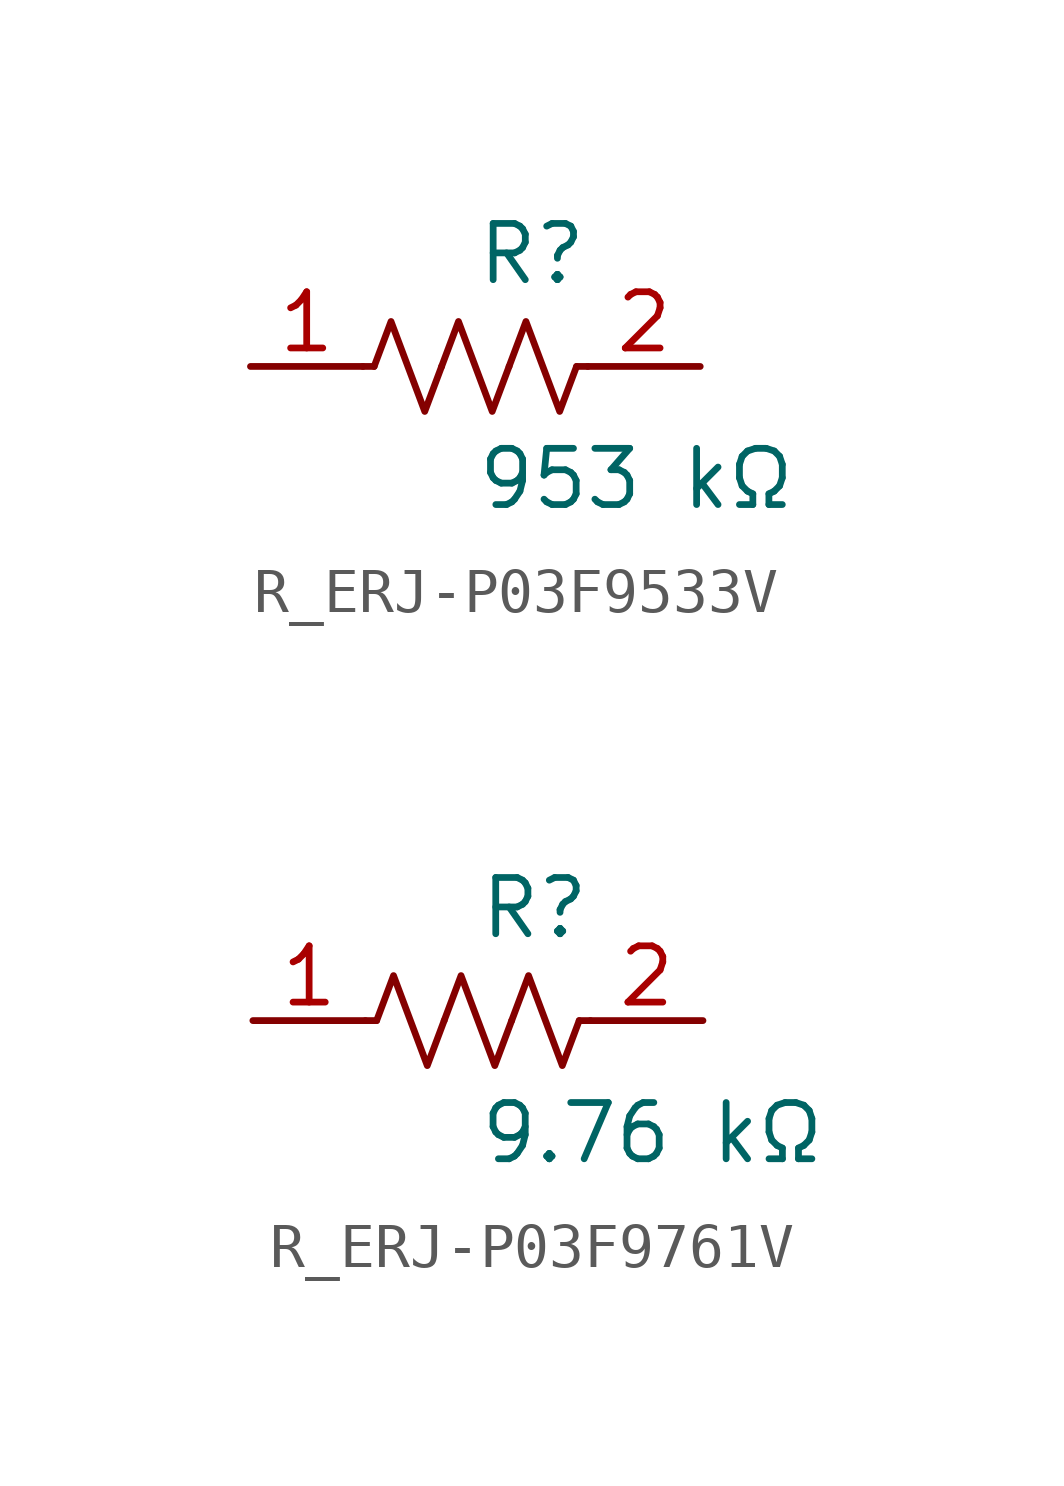
<source format=kicad_sym>
(kicad_symbol_lib
  (version 20231120)
  (generator kicad_symbol_editor)
  (generator_version 8.0)
  (symbol "R_ERJ-P03F9533V"
    (pin_names
      (offset 0.254))
    (property "Reference" "R"
      (at 0.0 2.54 0)
      (effects (font (size 1.27 1.27)) (justify left)))
    (property "Value" "953 kΩ"
      (at 0.0 -2.54 0)
      (effects (font (size 1.27 1.27)) (justify left)))
    (symbol "R_ERJ-P03F9533V_0_1"
      (polyline (pts (xy 2.286 0) (xy 2.54 0)) (stroke (width 0) (type default)) (fill (type none)))
      (polyline (pts (xy -2.286 0) (xy -2.54 0)) (stroke (width 0) (type default)) (fill (type none)))
      (polyline (pts (xy 0.762 0) (xy 1.143 1.016) (xy 1.524 0) (xy 1.905 -1.016) (xy 2.286 0)) (stroke (width 0) (type default)) (fill (type none)))
      (polyline (pts (xy -0.762 0) (xy -0.381 1.016) (xy 0 0) (xy 0.381 -1.016) (xy 0.762 0)) (stroke (width 0) (type default)) (fill (type none)))
      (polyline (pts (xy -2.286 0) (xy -1.905 1.016) (xy -1.524 0) (xy -1.143 -1.016) (xy -0.762 0)) (stroke (width 0) (type default)) (fill (type none))))
    (pin unspecified line
      (at -5.08 0 0)
      (length 2.54)
      (name "" (effects (font (size 1.27 1.27))))
      (number "1" (effects (font (size 1.27 1.27)))))
    (pin unspecified line
      (at 5.08 0 180)
      (length 2.54)
      (name "" (effects (font (size 1.27 1.27))))
      (number "2" (effects (font (size 1.27 1.27))))))
  (symbol "R_ERJ-P03F9761V"
    (pin_names
      (offset 0.254))
    (property "Reference" "R"
      (at 0.0 2.54 0)
      (effects (font (size 1.27 1.27)) (justify left)))
    (property "Value" "9.76 kΩ"
      (at 0.0 -2.54 0)
      (effects (font (size 1.27 1.27)) (justify left)))
    (symbol "R_ERJ-P03F9761V_0_1"
      (polyline (pts (xy 2.286 0) (xy 2.54 0)) (stroke (width 0) (type default)) (fill (type none)))
      (polyline (pts (xy -2.286 0) (xy -2.54 0)) (stroke (width 0) (type default)) (fill (type none)))
      (polyline (pts (xy 0.762 0) (xy 1.143 1.016) (xy 1.524 0) (xy 1.905 -1.016) (xy 2.286 0)) (stroke (width 0) (type default)) (fill (type none)))
      (polyline (pts (xy -0.762 0) (xy -0.381 1.016) (xy 0 0) (xy 0.381 -1.016) (xy 0.762 0)) (stroke (width 0) (type default)) (fill (type none)))
      (polyline (pts (xy -2.286 0) (xy -1.905 1.016) (xy -1.524 0) (xy -1.143 -1.016) (xy -0.762 0)) (stroke (width 0) (type default)) (fill (type none))))
    (pin unspecified line
      (at -5.08 0 0)
      (length 2.54)
      (name "" (effects (font (size 1.27 1.27))))
      (number "1" (effects (font (size 1.27 1.27)))))
    (pin unspecified line
      (at 5.08 0 180)
      (length 2.54)
      (name "" (effects (font (size 1.27 1.27))))
      (number "2" (effects (font (size 1.27 1.27)))))))
</source>
